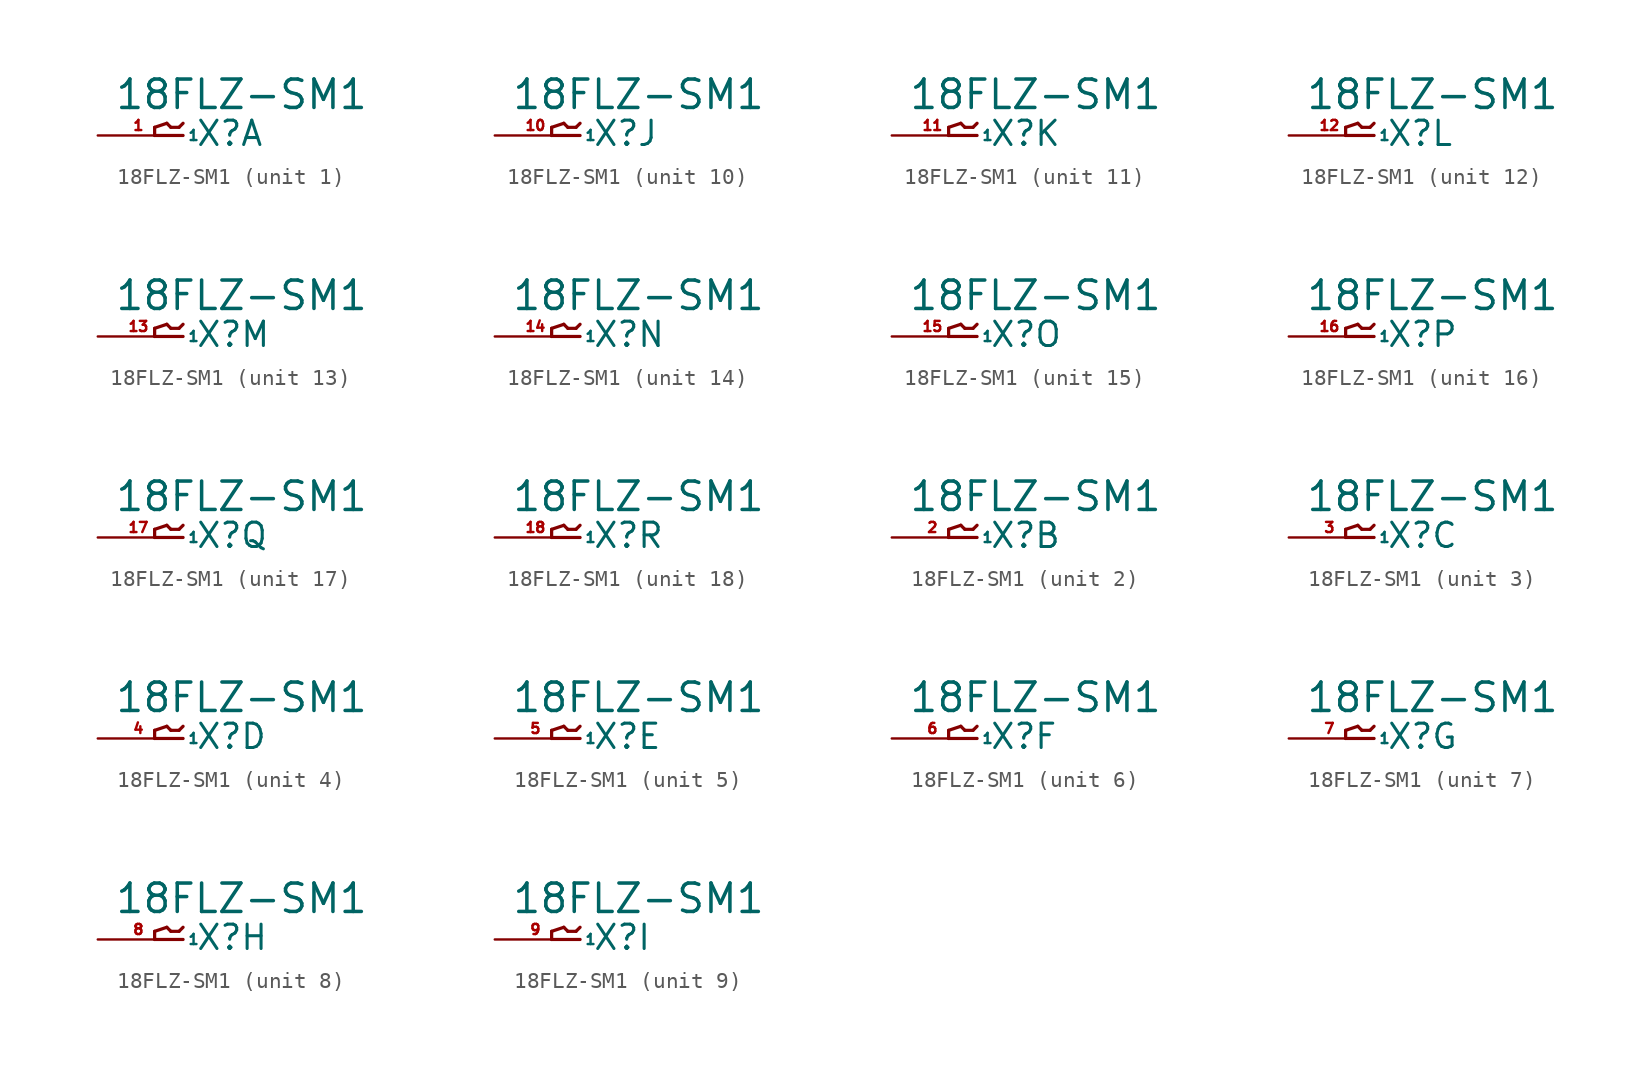
<source format=kicad_sym>
(kicad_symbol_lib
  (version 20220914)
  (generator Eagle2Kicad)
  (symbol "18FLZ-SM1"
    (property "Reference" "X"
      (at 1.016 -0.762 0)
      (effects (font (size 1.524 1.524) (thickness 0.19)) (justify left bottom)))
    (property "Value" "18FLZ-SM1"
      (at -4.064 1.524 0)
      (effects (font (size 1.778 1.778) (thickness 0.22)) (justify left bottom)))
    (symbol "18FLZ-SM1_1_0"
      (polyline (pts (xy 0.254 0) (xy -1.524 0)) (stroke (width 0.203) (type default)) (fill (type none)))
      (polyline (pts (xy -1.524 0) (xy -1.524 0.508)) (stroke (width 0.203) (type default)) (fill (type none)))
      (polyline (pts (xy -1.524 0.508) (xy -0.762 0.762)) (stroke (width 0.203) (type default)) (fill (type none)))
      (polyline (pts (xy -0.762 0.762) (xy -0.508 0.508)) (stroke (width 0.203) (type default)) (fill (type none)))
      (polyline (pts (xy -0.508 0.508) (xy 0 0.508)) (stroke (width 0.203) (type default)) (fill (type none)))
      (polyline (pts (xy 0 0.508) (xy 0.254 0.762)) (stroke (width 0.203) (type default)) (fill (type none)))
      (pin passive line (at -5.08 0 0) (length 5.08) (name "1" (effects (font (size 0.635 0.635) (thickness 0.08)) (justify left bottom))) (number "1" (effects (font (size 0.635 0.635) (thickness 0.08)) (justify left bottom)))))
    (symbol "18FLZ-SM1_2_0"
      (polyline (pts (xy 0.254 0) (xy -1.524 0)) (stroke (width 0.203) (type default)) (fill (type none)))
      (polyline (pts (xy -1.524 0) (xy -1.524 0.508)) (stroke (width 0.203) (type default)) (fill (type none)))
      (polyline (pts (xy -1.524 0.508) (xy -0.762 0.762)) (stroke (width 0.203) (type default)) (fill (type none)))
      (polyline (pts (xy -0.762 0.762) (xy -0.508 0.508)) (stroke (width 0.203) (type default)) (fill (type none)))
      (polyline (pts (xy -0.508 0.508) (xy 0 0.508)) (stroke (width 0.203) (type default)) (fill (type none)))
      (polyline (pts (xy 0 0.508) (xy 0.254 0.762)) (stroke (width 0.203) (type default)) (fill (type none)))
      (pin passive line (at -5.08 0 0) (length 5.08) (name "1" (effects (font (size 0.635 0.635) (thickness 0.08)) (justify left bottom))) (number "2" (effects (font (size 0.635 0.635) (thickness 0.08)) (justify left bottom)))))
    (symbol "18FLZ-SM1_3_0"
      (polyline (pts (xy 0.254 0) (xy -1.524 0)) (stroke (width 0.203) (type default)) (fill (type none)))
      (polyline (pts (xy -1.524 0) (xy -1.524 0.508)) (stroke (width 0.203) (type default)) (fill (type none)))
      (polyline (pts (xy -1.524 0.508) (xy -0.762 0.762)) (stroke (width 0.203) (type default)) (fill (type none)))
      (polyline (pts (xy -0.762 0.762) (xy -0.508 0.508)) (stroke (width 0.203) (type default)) (fill (type none)))
      (polyline (pts (xy -0.508 0.508) (xy 0 0.508)) (stroke (width 0.203) (type default)) (fill (type none)))
      (polyline (pts (xy 0 0.508) (xy 0.254 0.762)) (stroke (width 0.203) (type default)) (fill (type none)))
      (pin passive line (at -5.08 0 0) (length 5.08) (name "1" (effects (font (size 0.635 0.635) (thickness 0.08)) (justify left bottom))) (number "3" (effects (font (size 0.635 0.635) (thickness 0.08)) (justify left bottom)))))
    (symbol "18FLZ-SM1_4_0"
      (polyline (pts (xy 0.254 0) (xy -1.524 0)) (stroke (width 0.203) (type default)) (fill (type none)))
      (polyline (pts (xy -1.524 0) (xy -1.524 0.508)) (stroke (width 0.203) (type default)) (fill (type none)))
      (polyline (pts (xy -1.524 0.508) (xy -0.762 0.762)) (stroke (width 0.203) (type default)) (fill (type none)))
      (polyline (pts (xy -0.762 0.762) (xy -0.508 0.508)) (stroke (width 0.203) (type default)) (fill (type none)))
      (polyline (pts (xy -0.508 0.508) (xy 0 0.508)) (stroke (width 0.203) (type default)) (fill (type none)))
      (polyline (pts (xy 0 0.508) (xy 0.254 0.762)) (stroke (width 0.203) (type default)) (fill (type none)))
      (pin passive line (at -5.08 0 0) (length 5.08) (name "1" (effects (font (size 0.635 0.635) (thickness 0.08)) (justify left bottom))) (number "4" (effects (font (size 0.635 0.635) (thickness 0.08)) (justify left bottom)))))
    (symbol "18FLZ-SM1_5_0"
      (polyline (pts (xy 0.254 0) (xy -1.524 0)) (stroke (width 0.203) (type default)) (fill (type none)))
      (polyline (pts (xy -1.524 0) (xy -1.524 0.508)) (stroke (width 0.203) (type default)) (fill (type none)))
      (polyline (pts (xy -1.524 0.508) (xy -0.762 0.762)) (stroke (width 0.203) (type default)) (fill (type none)))
      (polyline (pts (xy -0.762 0.762) (xy -0.508 0.508)) (stroke (width 0.203) (type default)) (fill (type none)))
      (polyline (pts (xy -0.508 0.508) (xy 0 0.508)) (stroke (width 0.203) (type default)) (fill (type none)))
      (polyline (pts (xy 0 0.508) (xy 0.254 0.762)) (stroke (width 0.203) (type default)) (fill (type none)))
      (pin passive line (at -5.08 0 0) (length 5.08) (name "1" (effects (font (size 0.635 0.635) (thickness 0.08)) (justify left bottom))) (number "5" (effects (font (size 0.635 0.635) (thickness 0.08)) (justify left bottom)))))
    (symbol "18FLZ-SM1_6_0"
      (polyline (pts (xy 0.254 0) (xy -1.524 0)) (stroke (width 0.203) (type default)) (fill (type none)))
      (polyline (pts (xy -1.524 0) (xy -1.524 0.508)) (stroke (width 0.203) (type default)) (fill (type none)))
      (polyline (pts (xy -1.524 0.508) (xy -0.762 0.762)) (stroke (width 0.203) (type default)) (fill (type none)))
      (polyline (pts (xy -0.762 0.762) (xy -0.508 0.508)) (stroke (width 0.203) (type default)) (fill (type none)))
      (polyline (pts (xy -0.508 0.508) (xy 0 0.508)) (stroke (width 0.203) (type default)) (fill (type none)))
      (polyline (pts (xy 0 0.508) (xy 0.254 0.762)) (stroke (width 0.203) (type default)) (fill (type none)))
      (pin passive line (at -5.08 0 0) (length 5.08) (name "1" (effects (font (size 0.635 0.635) (thickness 0.08)) (justify left bottom))) (number "6" (effects (font (size 0.635 0.635) (thickness 0.08)) (justify left bottom)))))
    (symbol "18FLZ-SM1_7_0"
      (polyline (pts (xy 0.254 0) (xy -1.524 0)) (stroke (width 0.203) (type default)) (fill (type none)))
      (polyline (pts (xy -1.524 0) (xy -1.524 0.508)) (stroke (width 0.203) (type default)) (fill (type none)))
      (polyline (pts (xy -1.524 0.508) (xy -0.762 0.762)) (stroke (width 0.203) (type default)) (fill (type none)))
      (polyline (pts (xy -0.762 0.762) (xy -0.508 0.508)) (stroke (width 0.203) (type default)) (fill (type none)))
      (polyline (pts (xy -0.508 0.508) (xy 0 0.508)) (stroke (width 0.203) (type default)) (fill (type none)))
      (polyline (pts (xy 0 0.508) (xy 0.254 0.762)) (stroke (width 0.203) (type default)) (fill (type none)))
      (pin passive line (at -5.08 0 0) (length 5.08) (name "1" (effects (font (size 0.635 0.635) (thickness 0.08)) (justify left bottom))) (number "7" (effects (font (size 0.635 0.635) (thickness 0.08)) (justify left bottom)))))
    (symbol "18FLZ-SM1_8_0"
      (polyline (pts (xy 0.254 0) (xy -1.524 0)) (stroke (width 0.203) (type default)) (fill (type none)))
      (polyline (pts (xy -1.524 0) (xy -1.524 0.508)) (stroke (width 0.203) (type default)) (fill (type none)))
      (polyline (pts (xy -1.524 0.508) (xy -0.762 0.762)) (stroke (width 0.203) (type default)) (fill (type none)))
      (polyline (pts (xy -0.762 0.762) (xy -0.508 0.508)) (stroke (width 0.203) (type default)) (fill (type none)))
      (polyline (pts (xy -0.508 0.508) (xy 0 0.508)) (stroke (width 0.203) (type default)) (fill (type none)))
      (polyline (pts (xy 0 0.508) (xy 0.254 0.762)) (stroke (width 0.203) (type default)) (fill (type none)))
      (pin passive line (at -5.08 0 0) (length 5.08) (name "1" (effects (font (size 0.635 0.635) (thickness 0.08)) (justify left bottom))) (number "8" (effects (font (size 0.635 0.635) (thickness 0.08)) (justify left bottom)))))
    (symbol "18FLZ-SM1_9_0"
      (polyline (pts (xy 0.254 0) (xy -1.524 0)) (stroke (width 0.203) (type default)) (fill (type none)))
      (polyline (pts (xy -1.524 0) (xy -1.524 0.508)) (stroke (width 0.203) (type default)) (fill (type none)))
      (polyline (pts (xy -1.524 0.508) (xy -0.762 0.762)) (stroke (width 0.203) (type default)) (fill (type none)))
      (polyline (pts (xy -0.762 0.762) (xy -0.508 0.508)) (stroke (width 0.203) (type default)) (fill (type none)))
      (polyline (pts (xy -0.508 0.508) (xy 0 0.508)) (stroke (width 0.203) (type default)) (fill (type none)))
      (polyline (pts (xy 0 0.508) (xy 0.254 0.762)) (stroke (width 0.203) (type default)) (fill (type none)))
      (pin passive line (at -5.08 0 0) (length 5.08) (name "1" (effects (font (size 0.635 0.635) (thickness 0.08)) (justify left bottom))) (number "9" (effects (font (size 0.635 0.635) (thickness 0.08)) (justify left bottom)))))
    (symbol "18FLZ-SM1_10_0"
      (polyline (pts (xy 0.254 0) (xy -1.524 0)) (stroke (width 0.203) (type default)) (fill (type none)))
      (polyline (pts (xy -1.524 0) (xy -1.524 0.508)) (stroke (width 0.203) (type default)) (fill (type none)))
      (polyline (pts (xy -1.524 0.508) (xy -0.762 0.762)) (stroke (width 0.203) (type default)) (fill (type none)))
      (polyline (pts (xy -0.762 0.762) (xy -0.508 0.508)) (stroke (width 0.203) (type default)) (fill (type none)))
      (polyline (pts (xy -0.508 0.508) (xy 0 0.508)) (stroke (width 0.203) (type default)) (fill (type none)))
      (polyline (pts (xy 0 0.508) (xy 0.254 0.762)) (stroke (width 0.203) (type default)) (fill (type none)))
      (pin passive line (at -5.08 0 0) (length 5.08) (name "1" (effects (font (size 0.635 0.635) (thickness 0.08)) (justify left bottom))) (number "10" (effects (font (size 0.635 0.635) (thickness 0.08)) (justify left bottom)))))
    (symbol "18FLZ-SM1_11_0"
      (polyline (pts (xy 0.254 0) (xy -1.524 0)) (stroke (width 0.203) (type default)) (fill (type none)))
      (polyline (pts (xy -1.524 0) (xy -1.524 0.508)) (stroke (width 0.203) (type default)) (fill (type none)))
      (polyline (pts (xy -1.524 0.508) (xy -0.762 0.762)) (stroke (width 0.203) (type default)) (fill (type none)))
      (polyline (pts (xy -0.762 0.762) (xy -0.508 0.508)) (stroke (width 0.203) (type default)) (fill (type none)))
      (polyline (pts (xy -0.508 0.508) (xy 0 0.508)) (stroke (width 0.203) (type default)) (fill (type none)))
      (polyline (pts (xy 0 0.508) (xy 0.254 0.762)) (stroke (width 0.203) (type default)) (fill (type none)))
      (pin passive line (at -5.08 0 0) (length 5.08) (name "1" (effects (font (size 0.635 0.635) (thickness 0.08)) (justify left bottom))) (number "11" (effects (font (size 0.635 0.635) (thickness 0.08)) (justify left bottom)))))
    (symbol "18FLZ-SM1_12_0"
      (polyline (pts (xy 0.254 0) (xy -1.524 0)) (stroke (width 0.203) (type default)) (fill (type none)))
      (polyline (pts (xy -1.524 0) (xy -1.524 0.508)) (stroke (width 0.203) (type default)) (fill (type none)))
      (polyline (pts (xy -1.524 0.508) (xy -0.762 0.762)) (stroke (width 0.203) (type default)) (fill (type none)))
      (polyline (pts (xy -0.762 0.762) (xy -0.508 0.508)) (stroke (width 0.203) (type default)) (fill (type none)))
      (polyline (pts (xy -0.508 0.508) (xy 0 0.508)) (stroke (width 0.203) (type default)) (fill (type none)))
      (polyline (pts (xy 0 0.508) (xy 0.254 0.762)) (stroke (width 0.203) (type default)) (fill (type none)))
      (pin passive line (at -5.08 0 0) (length 5.08) (name "1" (effects (font (size 0.635 0.635) (thickness 0.08)) (justify left bottom))) (number "12" (effects (font (size 0.635 0.635) (thickness 0.08)) (justify left bottom)))))
    (symbol "18FLZ-SM1_13_0"
      (polyline (pts (xy 0.254 0) (xy -1.524 0)) (stroke (width 0.203) (type default)) (fill (type none)))
      (polyline (pts (xy -1.524 0) (xy -1.524 0.508)) (stroke (width 0.203) (type default)) (fill (type none)))
      (polyline (pts (xy -1.524 0.508) (xy -0.762 0.762)) (stroke (width 0.203) (type default)) (fill (type none)))
      (polyline (pts (xy -0.762 0.762) (xy -0.508 0.508)) (stroke (width 0.203) (type default)) (fill (type none)))
      (polyline (pts (xy -0.508 0.508) (xy 0 0.508)) (stroke (width 0.203) (type default)) (fill (type none)))
      (polyline (pts (xy 0 0.508) (xy 0.254 0.762)) (stroke (width 0.203) (type default)) (fill (type none)))
      (pin passive line (at -5.08 0 0) (length 5.08) (name "1" (effects (font (size 0.635 0.635) (thickness 0.08)) (justify left bottom))) (number "13" (effects (font (size 0.635 0.635) (thickness 0.08)) (justify left bottom)))))
    (symbol "18FLZ-SM1_14_0"
      (polyline (pts (xy 0.254 0) (xy -1.524 0)) (stroke (width 0.203) (type default)) (fill (type none)))
      (polyline (pts (xy -1.524 0) (xy -1.524 0.508)) (stroke (width 0.203) (type default)) (fill (type none)))
      (polyline (pts (xy -1.524 0.508) (xy -0.762 0.762)) (stroke (width 0.203) (type default)) (fill (type none)))
      (polyline (pts (xy -0.762 0.762) (xy -0.508 0.508)) (stroke (width 0.203) (type default)) (fill (type none)))
      (polyline (pts (xy -0.508 0.508) (xy 0 0.508)) (stroke (width 0.203) (type default)) (fill (type none)))
      (polyline (pts (xy 0 0.508) (xy 0.254 0.762)) (stroke (width 0.203) (type default)) (fill (type none)))
      (pin passive line (at -5.08 0 0) (length 5.08) (name "1" (effects (font (size 0.635 0.635) (thickness 0.08)) (justify left bottom))) (number "14" (effects (font (size 0.635 0.635) (thickness 0.08)) (justify left bottom)))))
    (symbol "18FLZ-SM1_15_0"
      (polyline (pts (xy 0.254 0) (xy -1.524 0)) (stroke (width 0.203) (type default)) (fill (type none)))
      (polyline (pts (xy -1.524 0) (xy -1.524 0.508)) (stroke (width 0.203) (type default)) (fill (type none)))
      (polyline (pts (xy -1.524 0.508) (xy -0.762 0.762)) (stroke (width 0.203) (type default)) (fill (type none)))
      (polyline (pts (xy -0.762 0.762) (xy -0.508 0.508)) (stroke (width 0.203) (type default)) (fill (type none)))
      (polyline (pts (xy -0.508 0.508) (xy 0 0.508)) (stroke (width 0.203) (type default)) (fill (type none)))
      (polyline (pts (xy 0 0.508) (xy 0.254 0.762)) (stroke (width 0.203) (type default)) (fill (type none)))
      (pin passive line (at -5.08 0 0) (length 5.08) (name "1" (effects (font (size 0.635 0.635) (thickness 0.08)) (justify left bottom))) (number "15" (effects (font (size 0.635 0.635) (thickness 0.08)) (justify left bottom)))))
    (symbol "18FLZ-SM1_16_0"
      (polyline (pts (xy 0.254 0) (xy -1.524 0)) (stroke (width 0.203) (type default)) (fill (type none)))
      (polyline (pts (xy -1.524 0) (xy -1.524 0.508)) (stroke (width 0.203) (type default)) (fill (type none)))
      (polyline (pts (xy -1.524 0.508) (xy -0.762 0.762)) (stroke (width 0.203) (type default)) (fill (type none)))
      (polyline (pts (xy -0.762 0.762) (xy -0.508 0.508)) (stroke (width 0.203) (type default)) (fill (type none)))
      (polyline (pts (xy -0.508 0.508) (xy 0 0.508)) (stroke (width 0.203) (type default)) (fill (type none)))
      (polyline (pts (xy 0 0.508) (xy 0.254 0.762)) (stroke (width 0.203) (type default)) (fill (type none)))
      (pin passive line (at -5.08 0 0) (length 5.08) (name "1" (effects (font (size 0.635 0.635) (thickness 0.08)) (justify left bottom))) (number "16" (effects (font (size 0.635 0.635) (thickness 0.08)) (justify left bottom)))))
    (symbol "18FLZ-SM1_17_0"
      (polyline (pts (xy 0.254 0) (xy -1.524 0)) (stroke (width 0.203) (type default)) (fill (type none)))
      (polyline (pts (xy -1.524 0) (xy -1.524 0.508)) (stroke (width 0.203) (type default)) (fill (type none)))
      (polyline (pts (xy -1.524 0.508) (xy -0.762 0.762)) (stroke (width 0.203) (type default)) (fill (type none)))
      (polyline (pts (xy -0.762 0.762) (xy -0.508 0.508)) (stroke (width 0.203) (type default)) (fill (type none)))
      (polyline (pts (xy -0.508 0.508) (xy 0 0.508)) (stroke (width 0.203) (type default)) (fill (type none)))
      (polyline (pts (xy 0 0.508) (xy 0.254 0.762)) (stroke (width 0.203) (type default)) (fill (type none)))
      (pin passive line (at -5.08 0 0) (length 5.08) (name "1" (effects (font (size 0.635 0.635) (thickness 0.08)) (justify left bottom))) (number "17" (effects (font (size 0.635 0.635) (thickness 0.08)) (justify left bottom)))))
    (symbol "18FLZ-SM1_18_0"
      (polyline (pts (xy 0.254 0) (xy -1.524 0)) (stroke (width 0.203) (type default)) (fill (type none)))
      (polyline (pts (xy -1.524 0) (xy -1.524 0.508)) (stroke (width 0.203) (type default)) (fill (type none)))
      (polyline (pts (xy -1.524 0.508) (xy -0.762 0.762)) (stroke (width 0.203) (type default)) (fill (type none)))
      (polyline (pts (xy -0.762 0.762) (xy -0.508 0.508)) (stroke (width 0.203) (type default)) (fill (type none)))
      (polyline (pts (xy -0.508 0.508) (xy 0 0.508)) (stroke (width 0.203) (type default)) (fill (type none)))
      (polyline (pts (xy 0 0.508) (xy 0.254 0.762)) (stroke (width 0.203) (type default)) (fill (type none)))
      (pin passive line (at -5.08 0 0) (length 5.08) (name "1" (effects (font (size 0.635 0.635) (thickness 0.08)) (justify left bottom))) (number "18" (effects (font (size 0.635 0.635) (thickness 0.08)) (justify left bottom)))))))
</source>
